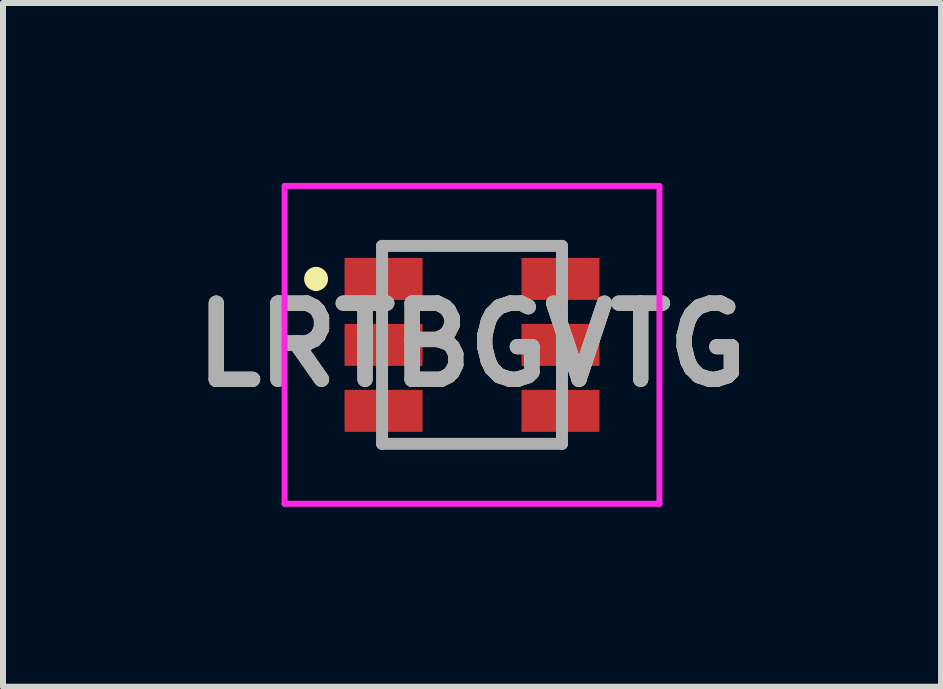
<source format=kicad_pcb>
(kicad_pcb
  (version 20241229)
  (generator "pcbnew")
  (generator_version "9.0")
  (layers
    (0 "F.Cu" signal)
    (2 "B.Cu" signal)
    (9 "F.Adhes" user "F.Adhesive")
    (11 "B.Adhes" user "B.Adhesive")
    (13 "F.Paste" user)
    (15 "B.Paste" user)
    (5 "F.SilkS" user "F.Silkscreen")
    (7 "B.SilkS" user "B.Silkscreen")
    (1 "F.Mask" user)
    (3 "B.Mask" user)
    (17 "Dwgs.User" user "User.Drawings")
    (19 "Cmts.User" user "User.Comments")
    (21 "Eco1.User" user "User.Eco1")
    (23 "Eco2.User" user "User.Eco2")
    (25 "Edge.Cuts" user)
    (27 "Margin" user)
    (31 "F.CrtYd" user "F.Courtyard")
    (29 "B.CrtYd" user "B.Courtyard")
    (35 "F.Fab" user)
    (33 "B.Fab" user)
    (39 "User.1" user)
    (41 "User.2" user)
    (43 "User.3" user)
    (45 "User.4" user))
  (footprint "LRTBGVTG"
    (layer "F.Cu")
    (at 4.82 2.7)
    (property "Reference" "LRTBGVTG" (at 0 0 0) (layer "F.SilkS") (effects (font (size 1.27 1.27) (thickness 0.254))))
    (attr smd)
    (fp_line (start -2.6 -1.2) (end -2.6 -1.2) (stroke (width 0.2) (type solid)) (layer "F.SilkS"))
    (fp_line (start -2.6 -1) (end -2.6 -1) (stroke (width 0.2) (type solid)) (layer "F.SilkS"))
    (fp_line (start -1.5 -1.65) (end 1.5 -1.65) (stroke (width 0.1) (type solid)) (layer "F.SilkS"))
    (fp_line (start -1.5 1.65) (end 1.5 1.65) (stroke (width 0.1) (type solid)) (layer "F.SilkS"))
    (fp_arc (start -2.6 -1.2) (mid -2.5 -1.1) (end -2.6 -1) (stroke (width 0.2) (type solid)) (layer "F.SilkS"))
    (fp_arc (start -2.6 -1) (mid -2.7 -1.1) (end -2.6 -1.2) (stroke (width 0.2) (type solid)) (layer "F.SilkS"))
    (fp_line (start -3.125 -2.65) (end 3.125 -2.65) (stroke (width 0.1) (type solid)) (layer "F.CrtYd"))
    (fp_line (start -3.125 2.65) (end -3.125 -2.65) (stroke (width 0.1) (type solid)) (layer "F.CrtYd"))
    (fp_line (start 3.125 -2.65) (end 3.125 2.65) (stroke (width 0.1) (type solid)) (layer "F.CrtYd"))
    (fp_line (start 3.125 2.65) (end -3.125 2.65) (stroke (width 0.1) (type solid)) (layer "F.CrtYd"))
    (fp_line (start -1.5 -1.65) (end 1.5 -1.65) (stroke (width 0.2) (type solid)) (layer "F.Fab"))
    (fp_line (start -1.5 1.65) (end -1.5 -1.65) (stroke (width 0.2) (type solid)) (layer "F.Fab"))
    (fp_line (start 1.5 -1.65) (end 1.5 1.65) (stroke (width 0.2) (type solid)) (layer "F.Fab"))
    (fp_line (start 1.5 1.65) (end -1.5 1.65) (stroke (width 0.2) (type solid)) (layer "F.Fab"))
    (fp_text user "${REFERENCE}" (at 0 0 0) (layer "F.Fab") (effects (font (size 1.27 1.27) (thickness 0.254))))
    (pad "A1" smd rect (at 1.475 -1.1 90) (size 0.7 1.3) (layers "F.Cu" "F.Mask" "F.Paste"))
    (pad "A2" smd rect (at 1.475 0 90) (size 0.7 1.3) (layers "F.Cu" "F.Mask" "F.Paste"))
    (pad "A3" smd rect (at 1.475 1.1 90) (size 0.7 1.3) (layers "F.Cu" "F.Mask" "F.Paste"))
    (pad "C1" smd rect (at -1.475 -1.1 90) (size 0.7 1.3) (layers "F.Cu" "F.Mask" "F.Paste"))
    (pad "C2" smd rect (at -1.475 0 90) (size 0.7 1.3) (layers "F.Cu" "F.Mask" "F.Paste"))
    (pad "C3" smd rect (at -1.475 1.1 90) (size 0.7 1.3) (layers "F.Cu" "F.Mask" "F.Paste")))
  (gr_rect
    (start -3 -3)
    (end 12.64 8.4)
    (stroke (width 0.1) (type default))
    (fill no)
    (layer "Edge.Cuts")))
</source>
